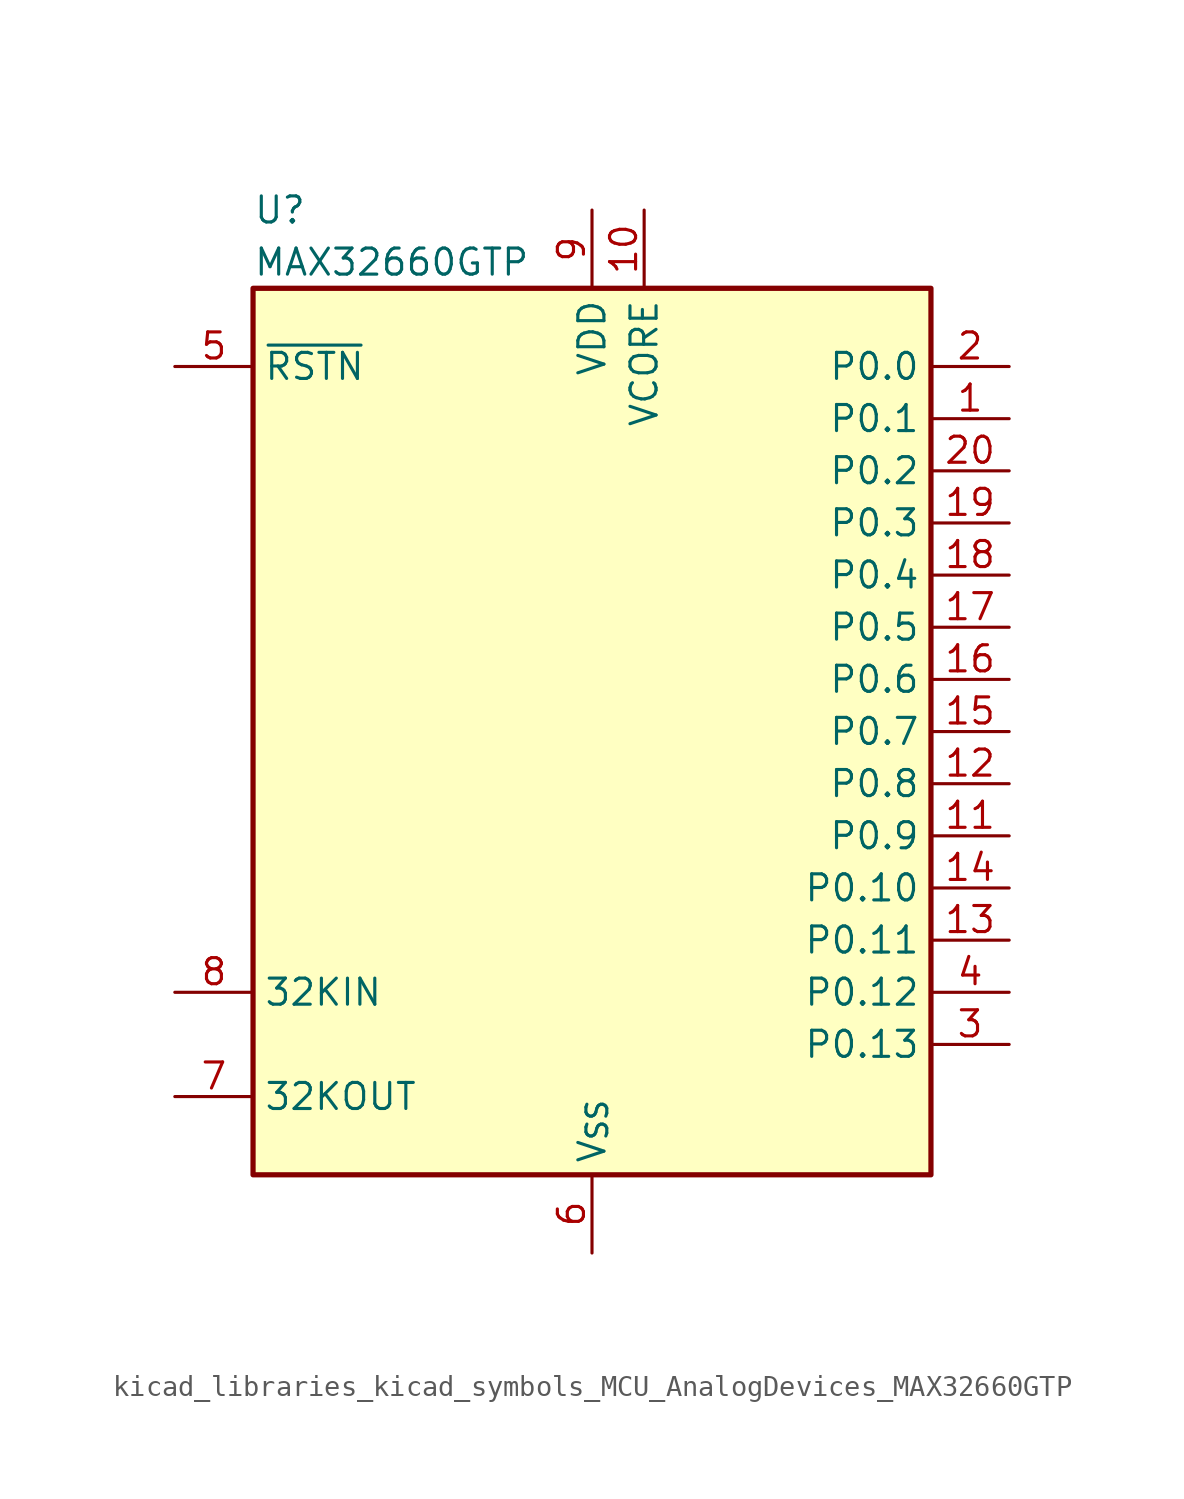
<source format=kicad_sym>
(kicad_symbol_lib
  (version 20220914)
  (generator kicad_symbol_editor)
  (symbol "kicad_libraries_kicad_symbols_MCU_AnalogDevices_MAX32660GTP"
    (property "Reference" "U"
      (at -16.51 25.4 0)
      (effects (font (size 1.27 1.27)) (justify left)))
    (property "Value" "MAX32660GTP"
      (at -16.51 22.86 0)
      (effects (font (size 1.27 1.27)) (justify left)))
    (symbol "kicad_libraries_kicad_symbols_MCU_AnalogDevices_MAX32660GTP_0_1"
      (rectangle (start -16.51 21.59) (end 16.51 -21.59) (stroke (width 0.254) (type default)) (fill (type background))))
    (symbol "kicad_libraries_kicad_symbols_MCU_AnalogDevices_MAX32660GTP_1_1"
      (pin bidirectional line (at 20.32 15.24 180) (length 3.81) (name "P0.1" (effects (font (size 1.27 1.27)))) (number "1" (effects (font (size 1.27 1.27)))))
      (pin passive line (at 2.54 25.4 270) (length 3.81) (name "VCORE" (effects (font (size 1.27 1.27)))) (number "10" (effects (font (size 1.27 1.27)))))
      (pin bidirectional line (at 20.32 -5.08 180) (length 3.81) (name "P0.9" (effects (font (size 1.27 1.27)))) (number "11" (effects (font (size 1.27 1.27)))))
      (pin bidirectional line (at 20.32 -2.54 180) (length 3.81) (name "P0.8" (effects (font (size 1.27 1.27)))) (number "12" (effects (font (size 1.27 1.27)))))
      (pin bidirectional line (at 20.32 -10.16 180) (length 3.81) (name "P0.11" (effects (font (size 1.27 1.27)))) (number "13" (effects (font (size 1.27 1.27)))))
      (pin bidirectional line (at 20.32 -7.62 180) (length 3.81) (name "P0.10" (effects (font (size 1.27 1.27)))) (number "14" (effects (font (size 1.27 1.27)))))
      (pin bidirectional line (at 20.32 0 180) (length 3.81) (name "P0.7" (effects (font (size 1.27 1.27)))) (number "15" (effects (font (size 1.27 1.27)))))
      (pin bidirectional line (at 20.32 2.54 180) (length 3.81) (name "P0.6" (effects (font (size 1.27 1.27)))) (number "16" (effects (font (size 1.27 1.27)))))
      (pin bidirectional line (at 20.32 5.08 180) (length 3.81) (name "P0.5" (effects (font (size 1.27 1.27)))) (number "17" (effects (font (size 1.27 1.27)))))
      (pin bidirectional line (at 20.32 7.62 180) (length 3.81) (name "P0.4" (effects (font (size 1.27 1.27)))) (number "18" (effects (font (size 1.27 1.27)))))
      (pin bidirectional line (at 20.32 10.16 180) (length 3.81) (name "P0.3" (effects (font (size 1.27 1.27)))) (number "19" (effects (font (size 1.27 1.27)))))
      (pin bidirectional line (at 20.32 17.78 180) (length 3.81) (name "P0.0" (effects (font (size 1.27 1.27)))) (number "2" (effects (font (size 1.27 1.27)))))
      (pin bidirectional line (at 20.32 12.7 180) (length 3.81) (name "P0.2" (effects (font (size 1.27 1.27)))) (number "20" (effects (font (size 1.27 1.27)))))
      (pin passive line (at 0 -25.4 90) (length 3.81) hide (name "V_{SS}" (effects (font (size 1.27 1.27)))) (number "21" (effects (font (size 1.27 1.27)))))
      (pin bidirectional line (at 20.32 -15.24 180) (length 3.81) (name "P0.13" (effects (font (size 1.27 1.27)))) (number "3" (effects (font (size 1.27 1.27)))))
      (pin bidirectional line (at 20.32 -12.7 180) (length 3.81) (name "P0.12" (effects (font (size 1.27 1.27)))) (number "4" (effects (font (size 1.27 1.27)))))
      (pin input line (at -20.32 17.78 0) (length 3.81) (name "~{RSTN}" (effects (font (size 1.27 1.27)))) (number "5" (effects (font (size 1.27 1.27)))))
      (pin power_in line (at 0 -25.4 90) (length 3.81) (name "V_{SS}" (effects (font (size 1.27 1.27)))) (number "6" (effects (font (size 1.27 1.27)))))
      (pin output line (at -20.32 -17.78 0) (length 3.81) (name "32KOUT" (effects (font (size 1.27 1.27)))) (number "7" (effects (font (size 1.27 1.27)))))
      (pin input line (at -20.32 -12.7 0) (length 3.81) (name "32KIN" (effects (font (size 1.27 1.27)))) (number "8" (effects (font (size 1.27 1.27)))))
      (pin power_in line (at 0 25.4 270) (length 3.81) (name "VDD" (effects (font (size 1.27 1.27)))) (number "9" (effects (font (size 1.27 1.27))))))))
</source>
